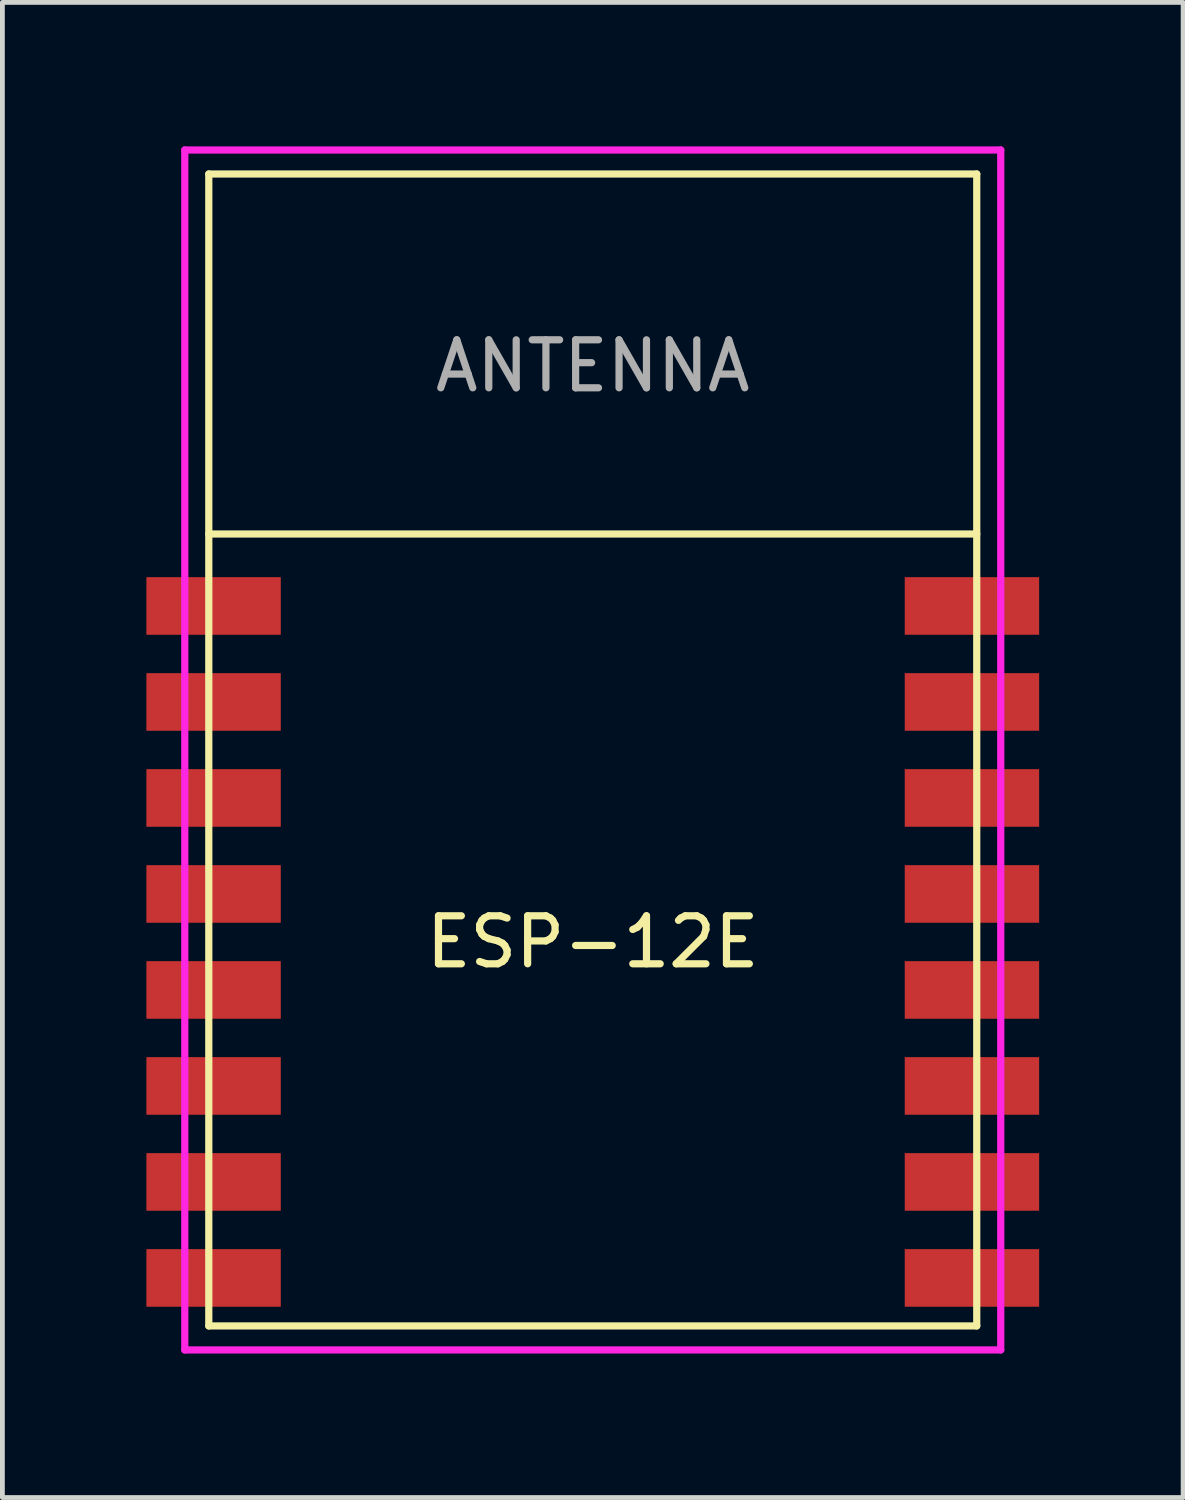
<source format=kicad_pcb>
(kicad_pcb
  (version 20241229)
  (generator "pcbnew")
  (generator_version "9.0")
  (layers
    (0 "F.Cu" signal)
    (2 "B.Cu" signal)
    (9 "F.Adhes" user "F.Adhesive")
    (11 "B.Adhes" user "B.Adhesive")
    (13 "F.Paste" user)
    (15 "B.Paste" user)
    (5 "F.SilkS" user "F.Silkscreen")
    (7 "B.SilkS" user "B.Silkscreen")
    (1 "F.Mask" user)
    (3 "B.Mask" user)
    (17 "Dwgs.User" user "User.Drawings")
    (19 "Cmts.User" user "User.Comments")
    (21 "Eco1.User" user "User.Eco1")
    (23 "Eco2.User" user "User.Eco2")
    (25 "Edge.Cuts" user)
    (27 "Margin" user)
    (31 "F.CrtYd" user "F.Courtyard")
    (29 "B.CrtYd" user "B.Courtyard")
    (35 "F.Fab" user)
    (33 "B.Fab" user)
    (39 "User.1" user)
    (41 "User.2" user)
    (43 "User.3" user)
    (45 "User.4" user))
  (footprint "ESP-12E"
    (layer "F.Cu")
    (at 9.3 16.575)
    (property "Reference" "ESP-12E" (at 0 0 0) (layer "F.SilkS") (effects (font (size 1 1) (thickness 0.15))))
    (attr through_hole)
    (fp_line (start -8 -16) (end -8 8) (stroke (width 0.15) (type solid)) (layer "F.SilkS"))
    (fp_line (start -8 -8.5) (end 8 -8.5) (stroke (width 0.15) (type solid)) (layer "F.SilkS"))
    (fp_line (start -8 8) (end 8 8) (stroke (width 0.15) (type solid)) (layer "F.SilkS"))
    (fp_line (start 8 -16) (end -8 -16) (stroke (width 0.15) (type solid)) (layer "F.SilkS"))
    (fp_line (start 8 8) (end 8 -16) (stroke (width 0.15) (type solid)) (layer "F.SilkS"))
    (fp_line (start -8.5 -16.5) (end 8.5 -16.5) (stroke (width 0.15) (type solid)) (layer "F.CrtYd"))
    (fp_line (start -8.5 8.5) (end -8.5 -16.5) (stroke (width 0.15) (type solid)) (layer "F.CrtYd"))
    (fp_line (start 8.5 -16.5) (end 8.5 8.5) (stroke (width 0.15) (type solid)) (layer "F.CrtYd"))
    (fp_line (start 8.5 8.5) (end -8.5 8.5) (stroke (width 0.15) (type solid)) (layer "F.CrtYd"))
    (fp_text user "ANTENNA" (at 0 -12 0) (layer "F.Fab") (effects (font (size 1 1) (thickness 0.15))))
    (pad "1" smd rect (at -7.9 -7) (size 2.8 1.2) (layers "F.Cu" "F.Mask" "F.Paste"))
    (pad "2" smd rect (at -7.9 -5) (size 2.8 1.2) (layers "F.Cu" "F.Mask" "F.Paste"))
    (pad "3" smd rect (at -7.9 -3) (size 2.8 1.2) (layers "F.Cu" "F.Mask" "F.Paste"))
    (pad "4" smd rect (at -7.9 -1) (size 2.8 1.2) (layers "F.Cu" "F.Mask" "F.Paste"))
    (pad "5" smd rect (at -7.9 1) (size 2.8 1.2) (layers "F.Cu" "F.Mask" "F.Paste"))
    (pad "6" smd rect (at -7.9 3) (size 2.8 1.2) (layers "F.Cu" "F.Mask" "F.Paste"))
    (pad "7" smd rect (at -7.9 5) (size 2.8 1.2) (layers "F.Cu" "F.Mask" "F.Paste"))
    (pad "8" smd rect (at -7.9 7) (size 2.8 1.2) (layers "F.Cu" "F.Mask" "F.Paste"))
    (pad "9" smd rect (at 7.9 7) (size 2.8 1.2) (layers "F.Cu" "F.Mask" "F.Paste"))
    (pad "10" smd rect (at 7.9 5) (size 2.8 1.2) (layers "F.Cu" "F.Mask" "F.Paste"))
    (pad "11" smd rect (at 7.9 3) (size 2.8 1.2) (layers "F.Cu" "F.Mask" "F.Paste"))
    (pad "12" smd rect (at 7.9 1) (size 2.8 1.2) (layers "F.Cu" "F.Mask" "F.Paste"))
    (pad "13" smd rect (at 7.9 -1) (size 2.8 1.2) (layers "F.Cu" "F.Mask" "F.Paste"))
    (pad "14" smd rect (at 7.9 -3) (size 2.8 1.2) (layers "F.Cu" "F.Mask" "F.Paste"))
    (pad "15" smd rect (at 7.9 -5) (size 2.8 1.2) (layers "F.Cu" "F.Mask" "F.Paste"))
    (pad "16" smd rect (at 7.9 -7) (size 2.8 1.2) (layers "F.Cu" "F.Mask" "F.Paste")))
  (gr_rect
    (start -3 -3)
    (end 21.6 28.15)
    (stroke (width 0.1) (type default))
    (fill no)
    (layer "Edge.Cuts")))
</source>
